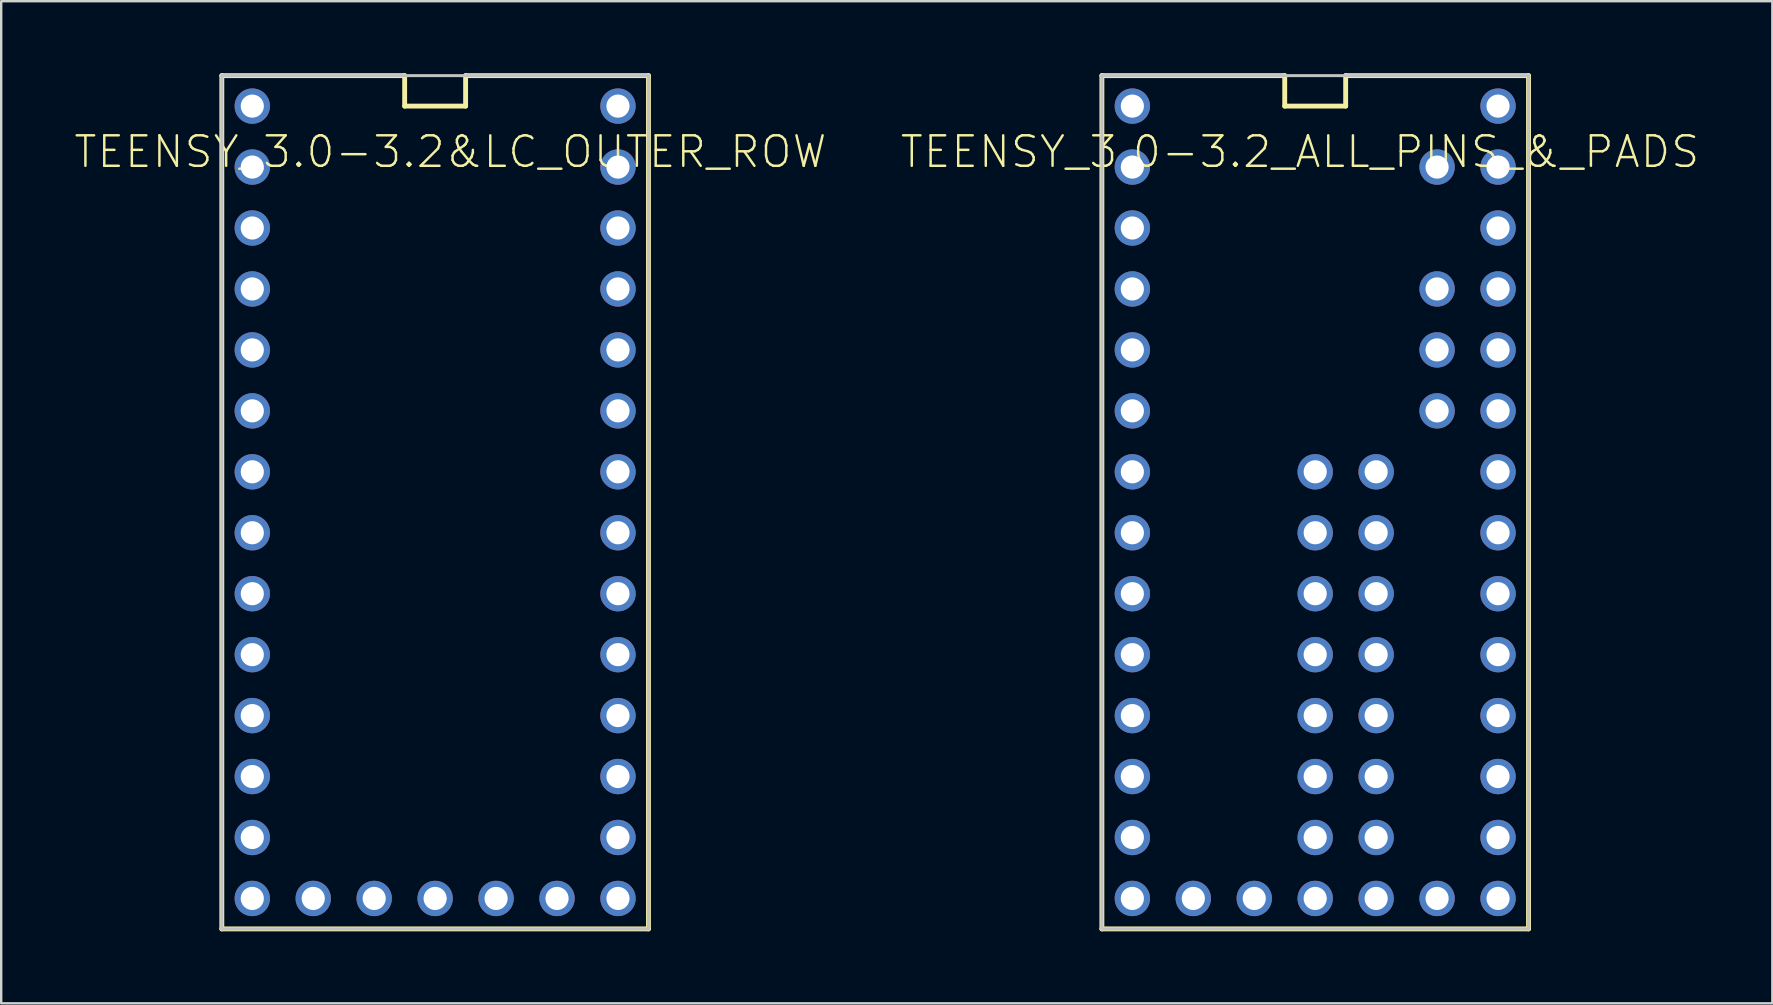
<source format=kicad_pcb>
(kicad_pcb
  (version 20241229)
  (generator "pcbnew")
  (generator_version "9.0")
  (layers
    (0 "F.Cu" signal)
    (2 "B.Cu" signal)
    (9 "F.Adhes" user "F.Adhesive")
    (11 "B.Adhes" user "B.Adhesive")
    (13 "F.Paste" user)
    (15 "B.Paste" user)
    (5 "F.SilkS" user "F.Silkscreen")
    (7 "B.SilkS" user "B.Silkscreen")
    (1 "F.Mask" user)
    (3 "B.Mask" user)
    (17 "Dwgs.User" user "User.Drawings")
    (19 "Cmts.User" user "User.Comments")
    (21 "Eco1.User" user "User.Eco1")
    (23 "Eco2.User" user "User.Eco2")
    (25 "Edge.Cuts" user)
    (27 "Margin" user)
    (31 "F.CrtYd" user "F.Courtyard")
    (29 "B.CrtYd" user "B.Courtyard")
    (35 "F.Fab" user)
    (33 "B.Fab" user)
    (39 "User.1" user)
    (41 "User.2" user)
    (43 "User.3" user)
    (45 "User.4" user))
  (footprint "TEENSY_3.0-3.2&LC_OUTER_ROW"
    (layer "F.Cu")
    (at 15.084 17.882)
    (property "Reference" "TEENSY_3.0-3.2&LC_OUTER_ROW" (at 0.635 -14.605 0) (layer "F.SilkS") (effects (font (size 1.27 1.27) (thickness 0.102))))
    (attr exclude_from_pos_files exclude_from_bom)
    (fp_line (start -8.89 -17.78) (end -1.27 -17.78) (stroke (width 0.203) (type solid)) (layer "F.SilkS"))
    (fp_line (start -8.89 17.78) (end -8.89 -17.78) (stroke (width 0.203) (type solid)) (layer "F.SilkS"))
    (fp_line (start -1.27 -17.78) (end -1.27 -16.51) (stroke (width 0.203) (type solid)) (layer "F.SilkS"))
    (fp_line (start -1.27 -16.51) (end 1.27 -16.51) (stroke (width 0.203) (type solid)) (layer "F.SilkS"))
    (fp_line (start 1.27 -17.78) (end 8.89 -17.78) (stroke (width 0.203) (type solid)) (layer "F.SilkS"))
    (fp_line (start 1.27 -16.51) (end 1.27 -17.78) (stroke (width 0.203) (type solid)) (layer "F.SilkS"))
    (fp_line (start 8.89 -17.78) (end 8.89 17.78) (stroke (width 0.203) (type solid)) (layer "F.SilkS"))
    (fp_line (start 8.89 17.78) (end -8.89 17.78) (stroke (width 0.203) (type solid)) (layer "F.SilkS"))
    (fp_line (start -8.89 -17.78) (end 8.89 -17.78) (stroke (width 0.127) (type solid)) (layer "Dwgs.User"))
    (fp_line (start -8.89 17.78) (end -8.89 -17.78) (stroke (width 0.127) (type solid)) (layer "Dwgs.User"))
    (fp_line (start 8.89 -17.78) (end 8.89 17.78) (stroke (width 0.127) (type solid)) (layer "Dwgs.User"))
    (fp_line (start 8.89 17.78) (end -8.89 17.78) (stroke (width 0.127) (type solid)) (layer "Dwgs.User"))
    (pad "0" thru_hole circle (at -7.62 -13.97) (size 1.473 1.473) (drill 0.965) (layers "*.Cu" "*.Paste" "*.Mask"))
    (pad "1" thru_hole circle (at -7.62 -11.43) (size 1.473 1.473) (drill 0.965) (layers "*.Cu" "*.Paste" "*.Mask"))
    (pad "2" thru_hole circle (at -7.62 -8.89) (size 1.473 1.473) (drill 0.965) (layers "*.Cu" "*.Paste" "*.Mask"))
    (pad "3" thru_hole circle (at -7.62 -6.35) (size 1.473 1.473) (drill 0.965) (layers "*.Cu" "*.Paste" "*.Mask"))
    (pad "3.3V" thru_hole circle (at 7.62 -11.43) (size 1.473 1.473) (drill 0.965) (layers "*.Cu" "*.Paste" "*.Mask"))
    (pad "3.3V1" thru_hole circle (at -2.54 16.51) (size 1.473 1.473) (drill 0.965) (layers "*.Cu" "*.Paste" "*.Mask"))
    (pad "4" thru_hole circle (at -7.62 -3.81) (size 1.473 1.473) (drill 0.965) (layers "*.Cu" "*.Paste" "*.Mask"))
    (pad "5" thru_hole circle (at -7.62 -1.27) (size 1.473 1.473) (drill 0.965) (layers "*.Cu" "*.Paste" "*.Mask"))
    (pad "6" thru_hole circle (at -7.62 1.27) (size 1.473 1.473) (drill 0.965) (layers "*.Cu" "*.Paste" "*.Mask"))
    (pad "7" thru_hole circle (at -7.62 3.81) (size 1.473 1.473) (drill 0.965) (layers "*.Cu" "*.Paste" "*.Mask"))
    (pad "8" thru_hole circle (at -7.62 6.35) (size 1.473 1.473) (drill 0.965) (layers "*.Cu" "*.Paste" "*.Mask"))
    (pad "9" thru_hole circle (at -7.62 8.89) (size 1.473 1.473) (drill 0.965) (layers "*.Cu" "*.Paste" "*.Mask"))
    (pad "10" thru_hole circle (at -7.62 11.43) (size 1.473 1.473) (drill 0.965) (layers "*.Cu" "*.Paste" "*.Mask"))
    (pad "11" thru_hole circle (at -7.62 13.97) (size 1.473 1.473) (drill 0.965) (layers "*.Cu" "*.Paste" "*.Mask"))
    (pad "12" thru_hole circle (at -7.62 16.51) (size 1.473 1.473) (drill 0.965) (layers "*.Cu" "*.Paste" "*.Mask"))
    (pad "13" thru_hole circle (at 7.62 16.51) (size 1.473 1.473) (drill 0.965) (layers "*.Cu" "*.Paste" "*.Mask"))
    (pad "14/A0" thru_hole circle (at 7.62 13.97) (size 1.473 1.473) (drill 0.965) (layers "*.Cu" "*.Paste" "*.Mask"))
    (pad "15/A1" thru_hole circle (at 7.62 11.43) (size 1.473 1.473) (drill 0.965) (layers "*.Cu" "*.Paste" "*.Mask"))
    (pad "16/A2" thru_hole circle (at 7.62 8.89) (size 1.473 1.473) (drill 0.965) (layers "*.Cu" "*.Paste" "*.Mask"))
    (pad "17/A3" thru_hole circle (at 7.62 6.35) (size 1.473 1.473) (drill 0.965) (layers "*.Cu" "*.Paste" "*.Mask"))
    (pad "18/A4" thru_hole circle (at 7.62 3.81) (size 1.473 1.473) (drill 0.965) (layers "*.Cu" "*.Paste" "*.Mask"))
    (pad "19/A5" thru_hole circle (at 7.62 1.27) (size 1.473 1.473) (drill 0.965) (layers "*.Cu" "*.Paste" "*.Mask"))
    (pad "20/A6" thru_hole circle (at 7.62 -1.27) (size 1.473 1.473) (drill 0.965) (layers "*.Cu" "*.Paste" "*.Mask"))
    (pad "21/A7" thru_hole circle (at 7.62 -3.81) (size 1.473 1.473) (drill 0.965) (layers "*.Cu" "*.Paste" "*.Mask"))
    (pad "22/A8" thru_hole circle (at 7.62 -6.35) (size 1.473 1.473) (drill 0.965) (layers "*.Cu" "*.Paste" "*.Mask"))
    (pad "23/A9" thru_hole circle (at 7.62 -8.89) (size 1.473 1.473) (drill 0.965) (layers "*.Cu" "*.Paste" "*.Mask"))
    (pad "AGND" thru_hole circle (at 7.62 -13.97) (size 1.473 1.473) (drill 0.965) (layers "*.Cu" "*.Paste" "*.Mask"))
    (pad "GND" thru_hole circle (at -7.62 -16.51) (size 1.473 1.473) (drill 0.965) (layers "*.Cu" "*.Paste" "*.Mask"))
    (pad "GND1" thru_hole circle (at 0 16.51) (size 1.473 1.473) (drill 0.965) (layers "*.Cu" "*.Paste" "*.Mask"))
    (pad "PGM" thru_hole circle (at 2.54 16.51) (size 1.473 1.473) (drill 0.965) (layers "*.Cu" "*.Paste" "*.Mask"))
    (pad "RESET/DAC" thru_hole circle (at 5.08 16.51) (size 1.473 1.473) (drill 0.965) (layers "*.Cu" "*.Paste" "*.Mask"))
    (pad "VBAT" thru_hole circle (at -5.08 16.51) (size 1.473 1.473) (drill 0.965) (layers "*.Cu" "*.Paste" "*.Mask"))
    (pad "VIN" thru_hole circle (at 7.62 -16.51) (size 1.473 1.473) (drill 0.965) (layers "*.Cu" "*.Paste" "*.Mask")))
  (footprint "TEENSY_3.0-3.2_ALL_PINS_&_PADS"
    (layer "F.Cu")
    (at 51.76 17.882)
    (property "Reference" "TEENSY_3.0-3.2_ALL_PINS_&_PADS" (at -0.635 -14.605 0) (layer "F.SilkS") (effects (font (size 1.27 1.27) (thickness 0.102))))
    (attr exclude_from_pos_files exclude_from_bom)
    (fp_line (start -8.89 -17.78) (end -1.27 -17.78) (stroke (width 0.203) (type solid)) (layer "F.SilkS"))
    (fp_line (start -8.89 17.78) (end -8.89 -17.78) (stroke (width 0.203) (type solid)) (layer "F.SilkS"))
    (fp_line (start -1.27 -17.78) (end -1.27 -16.51) (stroke (width 0.203) (type solid)) (layer "F.SilkS"))
    (fp_line (start -1.27 -16.51) (end 1.27 -16.51) (stroke (width 0.203) (type solid)) (layer "F.SilkS"))
    (fp_line (start 1.27 -17.78) (end 8.89 -17.78) (stroke (width 0.203) (type solid)) (layer "F.SilkS"))
    (fp_line (start 1.27 -16.51) (end 1.27 -17.78) (stroke (width 0.203) (type solid)) (layer "F.SilkS"))
    (fp_line (start 8.89 -17.78) (end 8.89 17.78) (stroke (width 0.203) (type solid)) (layer "F.SilkS"))
    (fp_line (start 8.89 17.78) (end -8.89 17.78) (stroke (width 0.203) (type solid)) (layer "F.SilkS"))
    (fp_line (start -8.89 -17.78) (end 8.89 -17.78) (stroke (width 0.127) (type solid)) (layer "Dwgs.User"))
    (fp_line (start -8.89 17.78) (end -8.89 -17.78) (stroke (width 0.127) (type solid)) (layer "Dwgs.User"))
    (fp_line (start 8.89 -17.78) (end 8.89 17.78) (stroke (width 0.127) (type solid)) (layer "Dwgs.User"))
    (fp_line (start 8.89 17.78) (end -8.89 17.78) (stroke (width 0.127) (type solid)) (layer "Dwgs.User"))
    (pad "0" thru_hole circle (at -7.62 -13.97) (size 1.473 1.473) (drill 0.965) (layers "*.Cu" "*.Paste" "*.Mask"))
    (pad "1" thru_hole circle (at -7.62 -11.43) (size 1.473 1.473) (drill 0.965) (layers "*.Cu" "*.Paste" "*.Mask"))
    (pad "2" thru_hole circle (at -7.62 -8.89) (size 1.473 1.473) (drill 0.965) (layers "*.Cu" "*.Paste" "*.Mask"))
    (pad "3" thru_hole circle (at -7.62 -6.35) (size 1.473 1.473) (drill 0.965) (layers "*.Cu" "*.Paste" "*.Mask"))
    (pad "3.3V" thru_hole circle (at 7.62 -11.43) (size 1.473 1.473) (drill 0.965) (layers "*.Cu" "*.Paste" "*.Mask"))
    (pad "3.3V1" thru_hole circle (at -2.54 16.51) (size 1.473 1.473) (drill 0.965) (layers "*.Cu" "*.Paste" "*.Mask"))
    (pad "3.3V2" thru_hole circle (at 2.54 1.27) (size 1.473 1.473) (drill 0.965) (layers "*.Cu" "*.Paste" "*.Mask"))
    (pad "4" thru_hole circle (at -7.62 -3.81) (size 1.473 1.473) (drill 0.965) (layers "*.Cu" "*.Paste" "*.Mask"))
    (pad "5" thru_hole circle (at -7.62 -1.27) (size 1.473 1.473) (drill 0.965) (layers "*.Cu" "*.Paste" "*.Mask"))
    (pad "6" thru_hole circle (at -7.62 1.27) (size 1.473 1.473) (drill 0.965) (layers "*.Cu" "*.Paste" "*.Mask"))
    (pad "7" thru_hole circle (at -7.62 3.81) (size 1.473 1.473) (drill 0.965) (layers "*.Cu" "*.Paste" "*.Mask"))
    (pad "8" thru_hole circle (at -7.62 6.35) (size 1.473 1.473) (drill 0.965) (layers "*.Cu" "*.Paste" "*.Mask"))
    (pad "9" thru_hole circle (at -7.62 8.89) (size 1.473 1.473) (drill 0.965) (layers "*.Cu" "*.Paste" "*.Mask"))
    (pad "10" thru_hole circle (at -7.62 11.43) (size 1.473 1.473) (drill 0.965) (layers "*.Cu" "*.Paste" "*.Mask"))
    (pad "11" thru_hole circle (at -7.62 13.97) (size 1.473 1.473) (drill 0.965) (layers "*.Cu" "*.Paste" "*.Mask"))
    (pad "12" thru_hole circle (at -7.62 16.51) (size 1.473 1.473) (drill 0.965) (layers "*.Cu" "*.Paste" "*.Mask"))
    (pad "13" thru_hole circle (at 7.62 16.51) (size 1.473 1.473) (drill 0.965) (layers "*.Cu" "*.Paste" "*.Mask"))
    (pad "14/A0" thru_hole circle (at 7.62 13.97) (size 1.473 1.473) (drill 0.965) (layers "*.Cu" "*.Paste" "*.Mask"))
    (pad "15/A1" thru_hole circle (at 7.62 11.43) (size 1.473 1.473) (drill 0.965) (layers "*.Cu" "*.Paste" "*.Mask"))
    (pad "16/A2" thru_hole circle (at 7.62 8.89) (size 1.473 1.473) (drill 0.965) (layers "*.Cu" "*.Paste" "*.Mask"))
    (pad "17/A3" thru_hole circle (at 7.62 6.35) (size 1.473 1.473) (drill 0.965) (layers "*.Cu" "*.Paste" "*.Mask"))
    (pad "18/A4" thru_hole circle (at 7.62 3.81) (size 1.473 1.473) (drill 0.965) (layers "*.Cu" "*.Paste" "*.Mask"))
    (pad "19/A5" thru_hole circle (at 7.62 1.27) (size 1.473 1.473) (drill 0.965) (layers "*.Cu" "*.Paste" "*.Mask"))
    (pad "20/A6" thru_hole circle (at 7.62 -1.27) (size 1.473 1.473) (drill 0.965) (layers "*.Cu" "*.Paste" "*.Mask"))
    (pad "21/A7" thru_hole circle (at 7.62 -3.81) (size 1.473 1.473) (drill 0.965) (layers "*.Cu" "*.Paste" "*.Mask"))
    (pad "22/A8" thru_hole circle (at 7.62 -6.35) (size 1.473 1.473) (drill 0.965) (layers "*.Cu" "*.Paste" "*.Mask"))
    (pad "23/A9" thru_hole circle (at 7.62 -8.89) (size 1.473 1.473) (drill 0.965) (layers "*.Cu" "*.Paste" "*.Mask"))
    (pad "24" thru_hole circle (at 0 3.81) (size 1.473 1.473) (drill 0.965) (layers "*.Cu" "*.Paste" "*.Mask"))
    (pad "25" thru_hole circle (at 0 6.35) (size 1.473 1.473) (drill 0.965) (layers "*.Cu" "*.Paste" "*.Mask"))
    (pad "26" thru_hole circle (at 0 8.89) (size 1.473 1.473) (drill 0.965) (layers "*.Cu" "*.Paste" "*.Mask"))
    (pad "27" thru_hole circle (at 0 11.43) (size 1.473 1.473) (drill 0.965) (layers "*.Cu" "*.Paste" "*.Mask"))
    (pad "28" thru_hole circle (at 0 13.97) (size 1.473 1.473) (drill 0.965) (layers "*.Cu" "*.Paste" "*.Mask"))
    (pad "29" thru_hole circle (at 2.54 13.97) (size 1.473 1.473) (drill 0.965) (layers "*.Cu" "*.Paste" "*.Mask"))
    (pad "30" thru_hole circle (at 2.54 11.43) (size 1.473 1.473) (drill 0.965) (layers "*.Cu" "*.Paste" "*.Mask"))
    (pad "31" thru_hole circle (at 2.54 8.89) (size 1.473 1.473) (drill 0.965) (layers "*.Cu" "*.Paste" "*.Mask"))
    (pad "32" thru_hole circle (at 2.54 6.35) (size 1.473 1.473) (drill 0.965) (layers "*.Cu" "*.Paste" "*.Mask"))
    (pad "33" thru_hole circle (at 2.54 3.81) (size 1.473 1.473) (drill 0.965) (layers "*.Cu" "*.Paste" "*.Mask"))
    (pad "A10" thru_hole circle (at 5.08 -6.35) (size 1.473 1.473) (drill 0.965) (layers "*.Cu" "*.Paste" "*.Mask"))
    (pad "A11" thru_hole circle (at 5.08 -3.81) (size 1.473 1.473) (drill 0.965) (layers "*.Cu" "*.Paste" "*.Mask"))
    (pad "A12" thru_hole circle (at 0 -1.27) (size 1.473 1.473) (drill 0.965) (layers "*.Cu" "*.Paste" "*.Mask"))
    (pad "A13" thru_hole circle (at 2.54 -1.27) (size 1.473 1.473) (drill 0.965) (layers "*.Cu" "*.Paste" "*.Mask"))
    (pad "AGND" thru_hole circle (at 7.62 -13.97) (size 1.473 1.473) (drill 0.965) (layers "*.Cu" "*.Paste" "*.Mask"))
    (pad "AREF" thru_hole circle (at 5.08 -8.89) (size 1.473 1.473) (drill 0.965) (layers "*.Cu" "*.Paste" "*.Mask"))
    (pad "GND" thru_hole circle (at -7.62 -16.51) (size 1.473 1.473) (drill 0.965) (layers "*.Cu" "*.Paste" "*.Mask"))
    (pad "GND1" thru_hole circle (at 0 16.51) (size 1.473 1.473) (drill 0.965) (layers "*.Cu" "*.Paste" "*.Mask"))
    (pad "GND2" thru_hole circle (at 0 1.27) (size 1.473 1.473) (drill 0.965) (layers "*.Cu" "*.Paste" "*.Mask"))
    (pad "PGM" thru_hole circle (at 2.54 16.51) (size 1.473 1.473) (drill 0.965) (layers "*.Cu" "*.Paste" "*.Mask"))
    (pad "RESET/DAC" thru_hole circle (at 5.08 16.51) (size 1.473 1.473) (drill 0.965) (layers "*.Cu" "*.Paste" "*.Mask"))
    (pad "VBAT" thru_hole circle (at -5.08 16.51) (size 1.473 1.473) (drill 0.965) (layers "*.Cu" "*.Paste" "*.Mask"))
    (pad "VIN" thru_hole circle (at 7.62 -16.51) (size 1.473 1.473) (drill 0.965) (layers "*.Cu" "*.Paste" "*.Mask"))
    (pad "VUSB" thru_hole circle (at 5.08 -13.97) (size 1.473 1.473) (drill 0.965) (layers "*.Cu" "*.Paste" "*.Mask")))
  (gr_rect
    (start -3 -3)
    (end 70.811 38.763)
    (stroke (width 0.1) (type default))
    (fill no)
    (layer "Edge.Cuts")))
</source>
